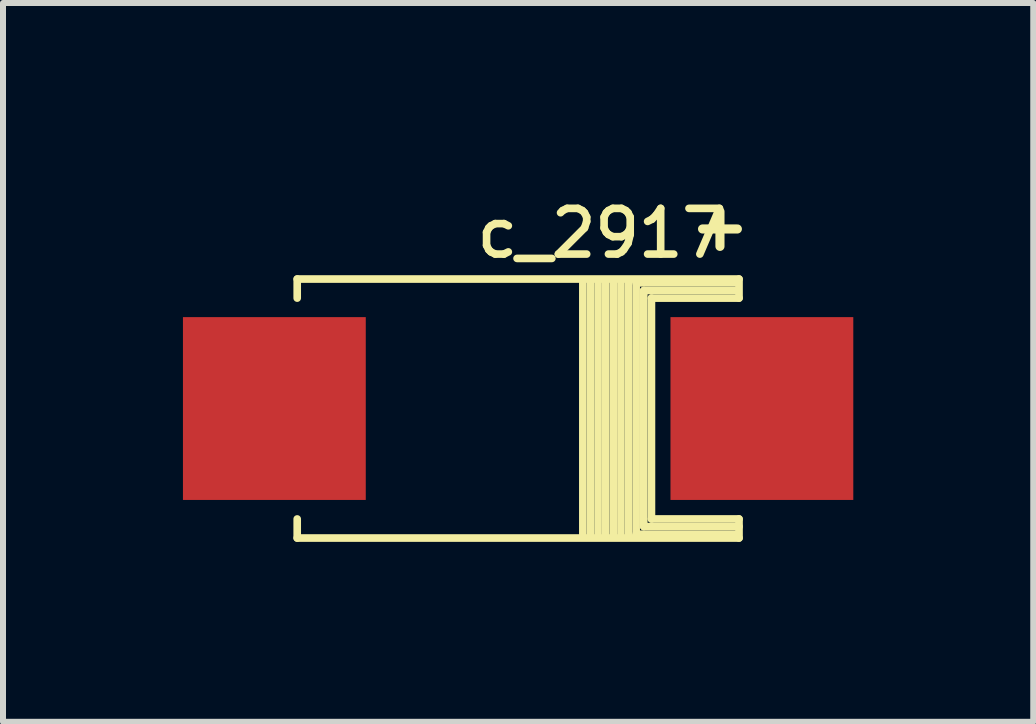
<source format=kicad_pcb>
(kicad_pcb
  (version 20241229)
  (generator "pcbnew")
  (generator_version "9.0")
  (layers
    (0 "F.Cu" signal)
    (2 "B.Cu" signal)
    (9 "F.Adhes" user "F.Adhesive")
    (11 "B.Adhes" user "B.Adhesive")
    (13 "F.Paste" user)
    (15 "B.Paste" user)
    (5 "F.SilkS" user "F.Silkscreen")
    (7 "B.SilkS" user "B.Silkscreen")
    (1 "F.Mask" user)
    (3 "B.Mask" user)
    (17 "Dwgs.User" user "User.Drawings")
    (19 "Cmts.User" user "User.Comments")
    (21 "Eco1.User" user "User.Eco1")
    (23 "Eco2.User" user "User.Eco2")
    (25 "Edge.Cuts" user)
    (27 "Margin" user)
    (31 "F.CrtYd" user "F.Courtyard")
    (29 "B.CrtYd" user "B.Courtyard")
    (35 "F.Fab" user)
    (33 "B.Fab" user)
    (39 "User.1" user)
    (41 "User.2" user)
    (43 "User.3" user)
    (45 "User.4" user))
  (footprint "c_2917"
    (layer "F.Cu")
    (at 5.588 3.761)
    (property "Reference" "c_2917" (at 1.397 -2.921 0) (layer "F.SilkS") (effects (font (size 0.762 0.762) (thickness 0.127))))
    (attr smd)
    (fp_line (start -3.683 -2.159) (end 3.683 -2.159) (stroke (width 0.127) (type solid)) (layer "F.SilkS"))
    (fp_line (start -3.683 -1.841) (end -3.683 -2.159) (stroke (width 0.127) (type solid)) (layer "F.SilkS"))
    (fp_line (start -3.683 2.159) (end -3.683 1.841) (stroke (width 0.127) (type solid)) (layer "F.SilkS"))
    (fp_line (start 1.079 -2.095) (end 1.079 2.095) (stroke (width 0.127) (type solid)) (layer "F.SilkS"))
    (fp_line (start 1.206 -2.095) (end 1.206 2.095) (stroke (width 0.127) (type solid)) (layer "F.SilkS"))
    (fp_line (start 1.333 -2.095) (end 1.333 2.095) (stroke (width 0.127) (type solid)) (layer "F.SilkS"))
    (fp_line (start 1.46 2.095) (end 1.46 -2.095) (stroke (width 0.127) (type solid)) (layer "F.SilkS"))
    (fp_line (start 1.587 -2.095) (end 1.587 2.095) (stroke (width 0.127) (type solid)) (layer "F.SilkS"))
    (fp_line (start 1.714 2.095) (end 1.714 -2.095) (stroke (width 0.127) (type solid)) (layer "F.SilkS"))
    (fp_line (start 1.841 -2.095) (end 1.841 2.095) (stroke (width 0.127) (type solid)) (layer "F.SilkS"))
    (fp_line (start 1.968 -2.095) (end 1.968 2.095) (stroke (width 0.127) (type solid)) (layer "F.SilkS"))
    (fp_line (start 1.968 2.095) (end 3.619 2.095) (stroke (width 0.127) (type solid)) (layer "F.SilkS"))
    (fp_line (start 2.095 -1.968) (end 3.619 -1.968) (stroke (width 0.127) (type solid)) (layer "F.SilkS"))
    (fp_line (start 2.095 1.968) (end 2.095 -1.968) (stroke (width 0.127) (type solid)) (layer "F.SilkS"))
    (fp_line (start 2.223 -1.841) (end 2.223 1.841) (stroke (width 0.127) (type solid)) (layer "F.SilkS"))
    (fp_line (start 2.223 1.841) (end 3.683 1.841) (stroke (width 0.127) (type solid)) (layer "F.SilkS"))
    (fp_line (start 3.619 -2.095) (end 1.968 -2.095) (stroke (width 0.127) (type solid)) (layer "F.SilkS"))
    (fp_line (start 3.683 -2.159) (end 3.683 -1.841) (stroke (width 0.127) (type solid)) (layer "F.SilkS"))
    (fp_line (start 3.683 -1.841) (end 2.223 -1.841) (stroke (width 0.127) (type solid)) (layer "F.SilkS"))
    (fp_line (start 3.683 1.841) (end 3.683 2.159) (stroke (width 0.127) (type solid)) (layer "F.SilkS"))
    (fp_line (start 3.683 1.968) (end 2.095 1.968) (stroke (width 0.127) (type solid)) (layer "F.SilkS"))
    (fp_line (start 3.683 2.159) (end -3.683 2.159) (stroke (width 0.127) (type solid)) (layer "F.SilkS"))
    (fp_text user "+" (at 3.365 -3.048 0) (layer "F.SilkS") (effects (font (size 0.762 0.762) (thickness 0.152))))
    (pad "1" smd rect (at 4.064 0) (size 3.048 3.048) (layers "F.Cu" "F.Mask" "F.Paste"))
    (pad "2" smd rect (at -4.064 0) (size 3.048 3.048) (layers "F.Cu" "F.Mask" "F.Paste")))
  (gr_rect
    (start -3 -3)
    (end 14.176 8.984)
    (stroke (width 0.1) (type default))
    (fill no)
    (layer "Edge.Cuts")))
</source>
